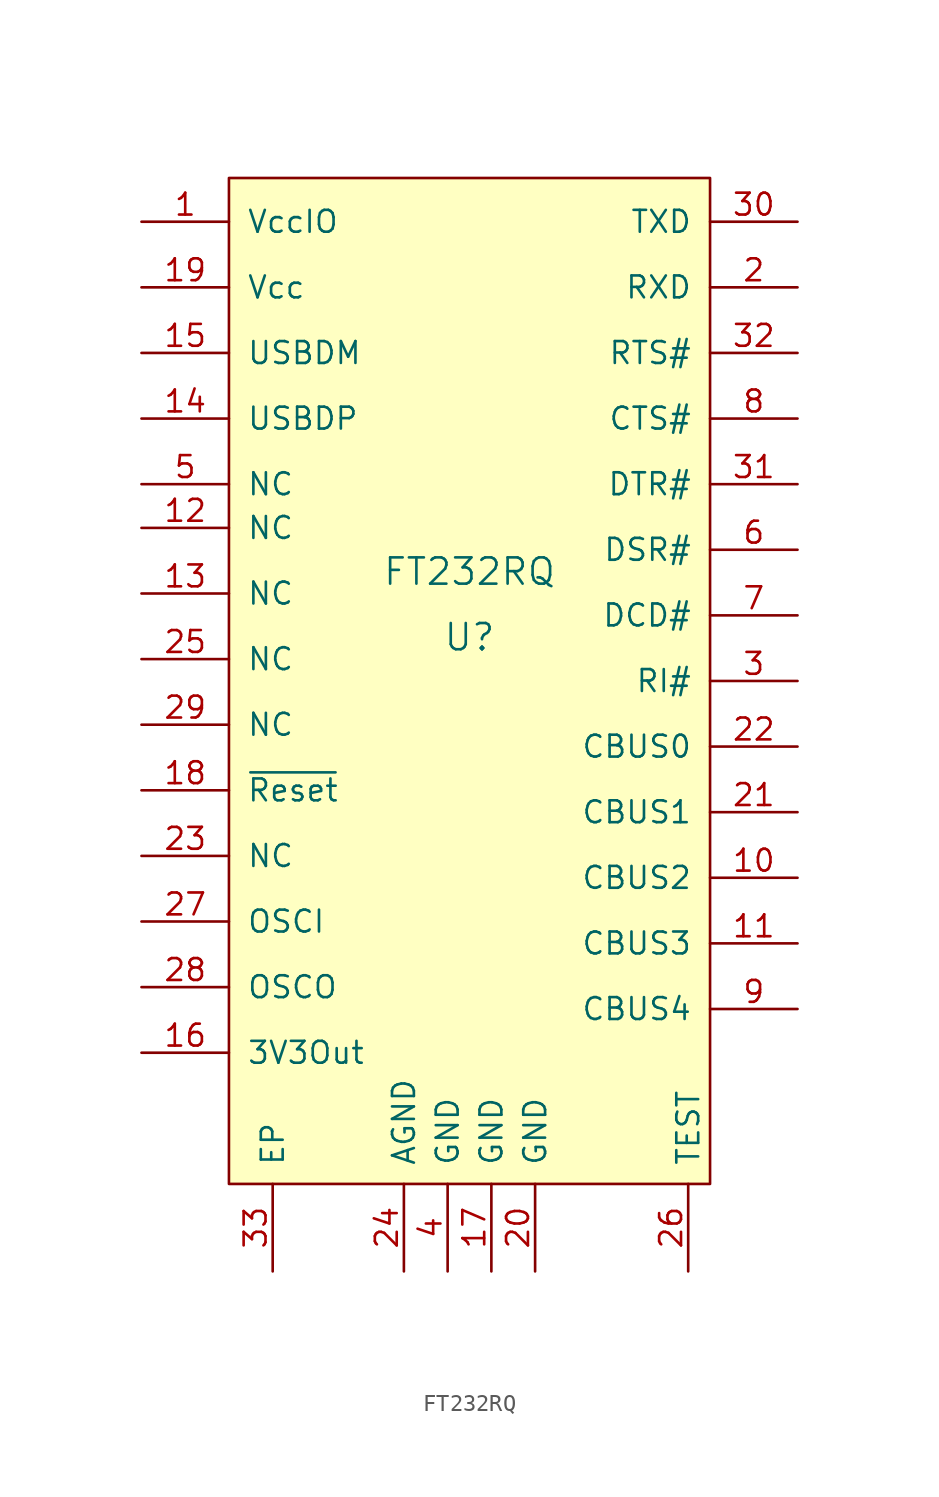
<source format=kicad_sym>
(kicad_symbol_lib
  (version 20211014)
  (generator kicad_symbol_editor)
  (symbol "FT232RQ"
    (pin_names
      (offset 1.016))
    (property "Reference" "U"
      (at 0 -1.27 0)
      (effects (font (size 1.524 1.524))))
    (property "Value" "FT232RQ"
      (at 0 2.54 0)
      (effects (font (size 1.524 1.524))))
    (property "Footprint" ""
      (at -7.62 15.24 0)
      (effects (font (size 1.524 1.524))))
    (property "Datasheet" ""
      (at -7.62 15.24 0)
      (effects (font (size 1.524 1.524))))
    (symbol "FT232RQ_0_1"
      (rectangle (start -13.97 25.4) (end 13.97 -33.02) (stroke (width 0) (type default) (color 0 0 0 0)) (fill (type background))))
    (symbol "FT232RQ_1_1"
      (pin input line (at -19.05 22.86 0) (length 5.08) (name "VccIO" (effects (font (size 1.27 1.27)))) (number "1" (effects (font (size 1.27 1.27)))))
      (pin input line (at 19.05 -15.24 180) (length 5.08) (name "CBUS2" (effects (font (size 1.27 1.27)))) (number "10" (effects (font (size 1.27 1.27)))))
      (pin input line (at 19.05 -19.05 180) (length 5.08) (name "CBUS3" (effects (font (size 1.27 1.27)))) (number "11" (effects (font (size 1.27 1.27)))))
      (pin input line (at -19.05 5.08 0) (length 5.08) (name "NC" (effects (font (size 1.27 1.27)))) (number "12" (effects (font (size 1.27 1.27)))))
      (pin input line (at -19.05 1.27 0) (length 5.08) (name "NC" (effects (font (size 1.27 1.27)))) (number "13" (effects (font (size 1.27 1.27)))))
      (pin input line (at -19.05 11.43 0) (length 5.08) (name "USBDP" (effects (font (size 1.27 1.27)))) (number "14" (effects (font (size 1.27 1.27)))))
      (pin input line (at -19.05 15.24 0) (length 5.08) (name "USBDM" (effects (font (size 1.27 1.27)))) (number "15" (effects (font (size 1.27 1.27)))))
      (pin input line (at -19.05 -25.4 0) (length 5.08) (name "3V3Out" (effects (font (size 1.27 1.27)))) (number "16" (effects (font (size 1.27 1.27)))))
      (pin input line (at 1.27 -38.1 90) (length 5.08) (name "GND" (effects (font (size 1.27 1.27)))) (number "17" (effects (font (size 1.27 1.27)))))
      (pin input line (at -19.05 -10.16 0) (length 5.08) (name "~{Reset}" (effects (font (size 1.27 1.27)))) (number "18" (effects (font (size 1.27 1.27)))))
      (pin input line (at -19.05 19.05 0) (length 5.08) (name "Vcc" (effects (font (size 1.27 1.27)))) (number "19" (effects (font (size 1.27 1.27)))))
      (pin input line (at 19.05 19.05 180) (length 5.08) (name "RXD" (effects (font (size 1.27 1.27)))) (number "2" (effects (font (size 1.27 1.27)))))
      (pin input line (at 3.81 -38.1 90) (length 5.08) (name "GND" (effects (font (size 1.27 1.27)))) (number "20" (effects (font (size 1.27 1.27)))))
      (pin input line (at 19.05 -11.43 180) (length 5.08) (name "CBUS1" (effects (font (size 1.27 1.27)))) (number "21" (effects (font (size 1.27 1.27)))))
      (pin input line (at 19.05 -7.62 180) (length 5.08) (name "CBUS0" (effects (font (size 1.27 1.27)))) (number "22" (effects (font (size 1.27 1.27)))))
      (pin input line (at -19.05 -13.97 0) (length 5.08) (name "NC" (effects (font (size 1.27 1.27)))) (number "23" (effects (font (size 1.27 1.27)))))
      (pin input line (at -3.81 -38.1 90) (length 5.08) (name "AGND" (effects (font (size 1.27 1.27)))) (number "24" (effects (font (size 1.27 1.27)))))
      (pin input line (at -19.05 -2.54 0) (length 5.08) (name "NC" (effects (font (size 1.27 1.27)))) (number "25" (effects (font (size 1.27 1.27)))))
      (pin input line (at 12.7 -38.1 90) (length 5.08) (name "TEST" (effects (font (size 1.27 1.27)))) (number "26" (effects (font (size 1.27 1.27)))))
      (pin input line (at -19.05 -17.78 0) (length 5.08) (name "OSCI" (effects (font (size 1.27 1.27)))) (number "27" (effects (font (size 1.27 1.27)))))
      (pin input line (at -19.05 -21.59 0) (length 5.08) (name "OSCO" (effects (font (size 1.27 1.27)))) (number "28" (effects (font (size 1.27 1.27)))))
      (pin input line (at -19.05 -6.35 0) (length 5.08) (name "NC" (effects (font (size 1.27 1.27)))) (number "29" (effects (font (size 1.27 1.27)))))
      (pin input line (at 19.05 -3.81 180) (length 5.08) (name "RI#" (effects (font (size 1.27 1.27)))) (number "3" (effects (font (size 1.27 1.27)))))
      (pin input line (at 19.05 22.86 180) (length 5.08) (name "TXD" (effects (font (size 1.27 1.27)))) (number "30" (effects (font (size 1.27 1.27)))))
      (pin input line (at 19.05 7.62 180) (length 5.08) (name "DTR#" (effects (font (size 1.27 1.27)))) (number "31" (effects (font (size 1.27 1.27)))))
      (pin input line (at 19.05 15.24 180) (length 5.08) (name "RTS#" (effects (font (size 1.27 1.27)))) (number "32" (effects (font (size 1.27 1.27)))))
      (pin input line (at -11.43 -38.1 90) (length 5.08) (name "EP" (effects (font (size 1.27 1.27)))) (number "33" (effects (font (size 1.27 1.27)))))
      (pin input line (at -1.27 -38.1 90) (length 5.08) (name "GND" (effects (font (size 1.27 1.27)))) (number "4" (effects (font (size 1.27 1.27)))))
      (pin input line (at -19.05 7.62 0) (length 5.08) (name "NC" (effects (font (size 1.27 1.27)))) (number "5" (effects (font (size 1.27 1.27)))))
      (pin input line (at 19.05 3.81 180) (length 5.08) (name "DSR#" (effects (font (size 1.27 1.27)))) (number "6" (effects (font (size 1.27 1.27)))))
      (pin input line (at 19.05 0 180) (length 5.08) (name "DCD#" (effects (font (size 1.27 1.27)))) (number "7" (effects (font (size 1.27 1.27)))))
      (pin input line (at 19.05 11.43 180) (length 5.08) (name "CTS#" (effects (font (size 1.27 1.27)))) (number "8" (effects (font (size 1.27 1.27)))))
      (pin input line (at 19.05 -22.86 180) (length 5.08) (name "CBUS4" (effects (font (size 1.27 1.27)))) (number "9" (effects (font (size 1.27 1.27))))))))
</source>
